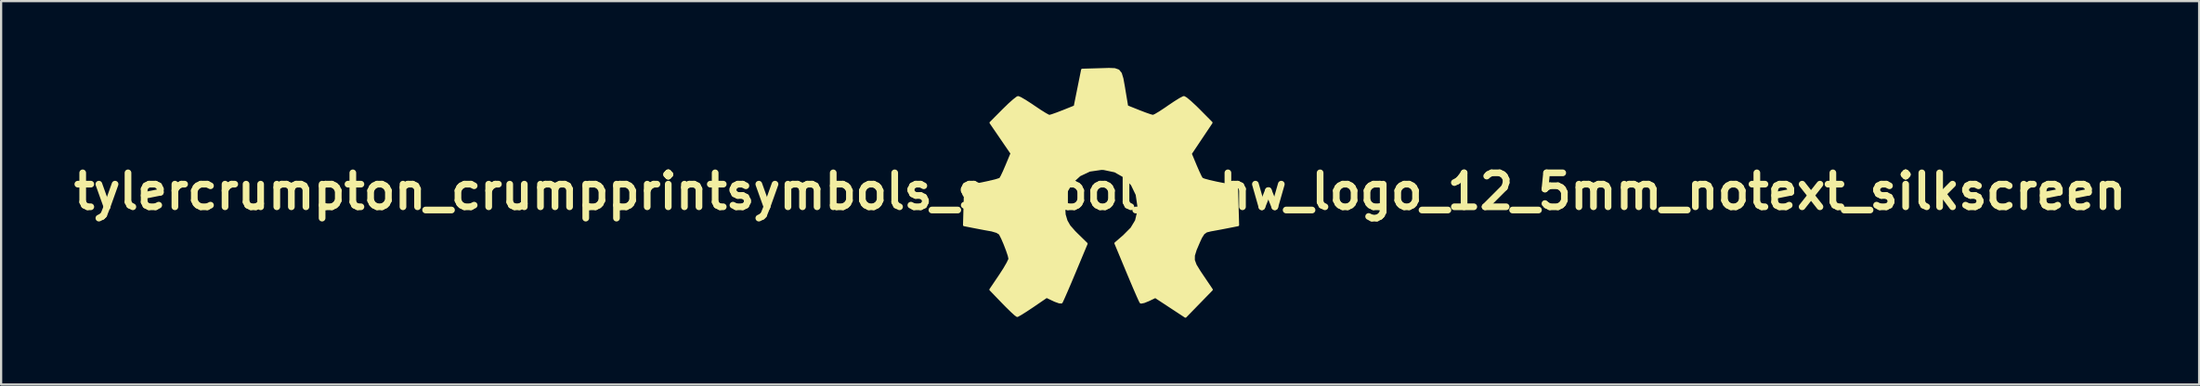
<source format=kicad_pcb>
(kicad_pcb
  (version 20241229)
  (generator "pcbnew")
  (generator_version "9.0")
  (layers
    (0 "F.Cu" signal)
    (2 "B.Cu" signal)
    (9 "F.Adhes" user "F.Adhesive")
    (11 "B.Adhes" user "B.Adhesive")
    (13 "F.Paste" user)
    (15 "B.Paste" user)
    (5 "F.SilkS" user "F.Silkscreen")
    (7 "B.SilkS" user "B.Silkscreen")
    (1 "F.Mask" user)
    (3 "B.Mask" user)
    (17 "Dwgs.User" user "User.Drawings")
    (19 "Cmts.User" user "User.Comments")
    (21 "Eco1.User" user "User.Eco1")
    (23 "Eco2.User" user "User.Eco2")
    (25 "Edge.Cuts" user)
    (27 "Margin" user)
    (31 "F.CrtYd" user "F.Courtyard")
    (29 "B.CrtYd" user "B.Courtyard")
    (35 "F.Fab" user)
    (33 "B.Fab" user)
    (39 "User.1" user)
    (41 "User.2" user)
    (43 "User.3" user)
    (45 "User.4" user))
  (footprint "tylercrumpton_crumpprintsymbols_symbol_oshw_logo_12_5mm_notext_silkscreen"
    (layer "F.Cu")
    (at 46.308 5.546)
    (property "Reference" "tylercrumpton_crumpprintsymbols_symbol_oshw_logo_12_5mm_notext_silkscreen" (at 0 0 0) (layer "F.SilkS") (effects (font (size 1.524 1.524) (thickness 0.3))))
    (attr through_hole)
    (fp_poly (pts (xy 6.186 1.511) (xy 5.739 1.599) (xy 5.408 1.663) (xy 5.083 1.723) (xy 4.965 1.744) (xy 4.77 1.792) (xy 4.64 1.883) (xy 4.527 2.059) (xy 4.438 2.252) (xy 4.283 2.614) (xy 4.202 2.876) (xy 4.2 3.089) (xy 4.281 3.308) (xy 4.451 3.587) (xy 4.57 3.765) (xy 5.006 4.411) (xy 4.417 5.016) (xy 3.828 5.621) (xy 3.152 5.177) (xy 2.477 4.734) (xy 2.171 4.88) (xy 1.968 4.962) (xy 1.837 4.987) (xy 1.82 4.981) (xy 1.775 4.892) (xy 1.676 4.673) (xy 1.536 4.351) (xy 1.367 3.953) (xy 1.233 3.633) (xy 0.69 2.328) (xy 1.067 2.002) (xy 1.409 1.658) (xy 1.615 1.315) (xy 1.708 0.923) (xy 1.721 0.659) (xy 1.644 0.141) (xy 1.428 -0.307) (xy 1.094 -0.664) (xy 0.664 -0.907) (xy 0.16 -1.013) (xy 0.056 -1.016) (xy -0.471 -0.94) (xy -0.92 -0.728) (xy -1.275 -0.402) (xy -1.518 0.016) (xy -1.631 0.504) (xy -1.596 1.04) (xy -1.593 1.052) (xy -1.513 1.321) (xy -1.38 1.555) (xy -1.157 1.81) (xy -1.056 1.911) (xy -0.611 2.346) (xy -1.152 3.642) (xy -1.335 4.077) (xy -1.497 4.455) (xy -1.626 4.749) (xy -1.71 4.933) (xy -1.737 4.982) (xy -1.833 4.977) (xy -2.02 4.91) (xy -2.09 4.878) (xy -2.401 4.73) (xy -3.029 5.159) (xy -3.315 5.349) (xy -3.548 5.496) (xy -3.693 5.578) (xy -3.72 5.588) (xy -3.802 5.531) (xy -3.971 5.377) (xy -4.2 5.153) (xy -4.351 4.999) (xy -4.92 4.409) (xy -4.492 3.775) (xy -4.301 3.48) (xy -4.155 3.228) (xy -4.073 3.059) (xy -4.064 3.021) (xy -4.096 2.876) (xy -4.177 2.636) (xy -4.284 2.358) (xy -4.395 2.1) (xy -4.487 1.92) (xy -4.505 1.893) (xy -4.631 1.815) (xy -4.848 1.75) (xy -4.893 1.741) (xy -5.167 1.692) (xy -5.503 1.628) (xy -5.654 1.599) (xy -6.102 1.511) (xy -6.078 0.65) (xy -6.054 -0.212) (xy -5.296 -0.36) (xy -4.955 -0.432) (xy -4.679 -0.5) (xy -4.51 -0.554) (xy -4.479 -0.571) (xy -4.417 -0.677) (xy -4.315 -0.893) (xy -4.195 -1.171) (xy -3.971 -1.708) (xy -4.442 -2.396) (xy -4.913 -3.084) (xy -4.342 -3.659) (xy -4.087 -3.907) (xy -3.869 -4.101) (xy -3.721 -4.215) (xy -3.679 -4.233) (xy -3.571 -4.188) (xy -3.363 -4.067) (xy -3.092 -3.892) (xy -2.972 -3.81) (xy -2.688 -3.62) (xy -2.454 -3.474) (xy -2.307 -3.395) (xy -2.28 -3.387) (xy -2.167 -3.416) (xy -1.946 -3.494) (xy -1.669 -3.6) (xy -1.136 -3.814) (xy -0.97 -4.637) (xy -0.804 -5.461) (xy 0.022 -5.485) (xy 0.396 -5.496) (xy 0.653 -5.486) (xy 0.819 -5.428) (xy 0.924 -5.297) (xy 0.995 -5.065) (xy 1.06 -4.707) (xy 1.099 -4.471) (xy 1.208 -3.819) (xy 1.748 -3.603) (xy 2.032 -3.494) (xy 2.257 -3.416) (xy 2.375 -3.387) (xy 2.479 -3.433) (xy 2.684 -3.555) (xy 2.951 -3.731) (xy 3.064 -3.81) (xy 3.347 -4.001) (xy 3.583 -4.148) (xy 3.734 -4.226) (xy 3.762 -4.233) (xy 3.859 -4.177) (xy 4.043 -4.024) (xy 4.281 -3.803) (xy 4.426 -3.66) (xy 4.994 -3.087) (xy 4.528 -2.391) (xy 4.062 -1.694) (xy 4.282 -1.165) (xy 4.403 -0.887) (xy 4.504 -0.673) (xy 4.563 -0.571) (xy 4.668 -0.528) (xy 4.899 -0.465) (xy 5.214 -0.393) (xy 5.381 -0.36) (xy 6.138 -0.212) (xy 6.162 0.65) (xy 6.186 1.511)) (stroke (width 0.1) (type solid)) (fill yes) (layer "F.SilkS")))
  (gr_rect
    (start -3 -3)
    (end 95.616 14.217)
    (stroke (width 0.1) (type default))
    (fill no)
    (layer "Edge.Cuts")))
</source>
